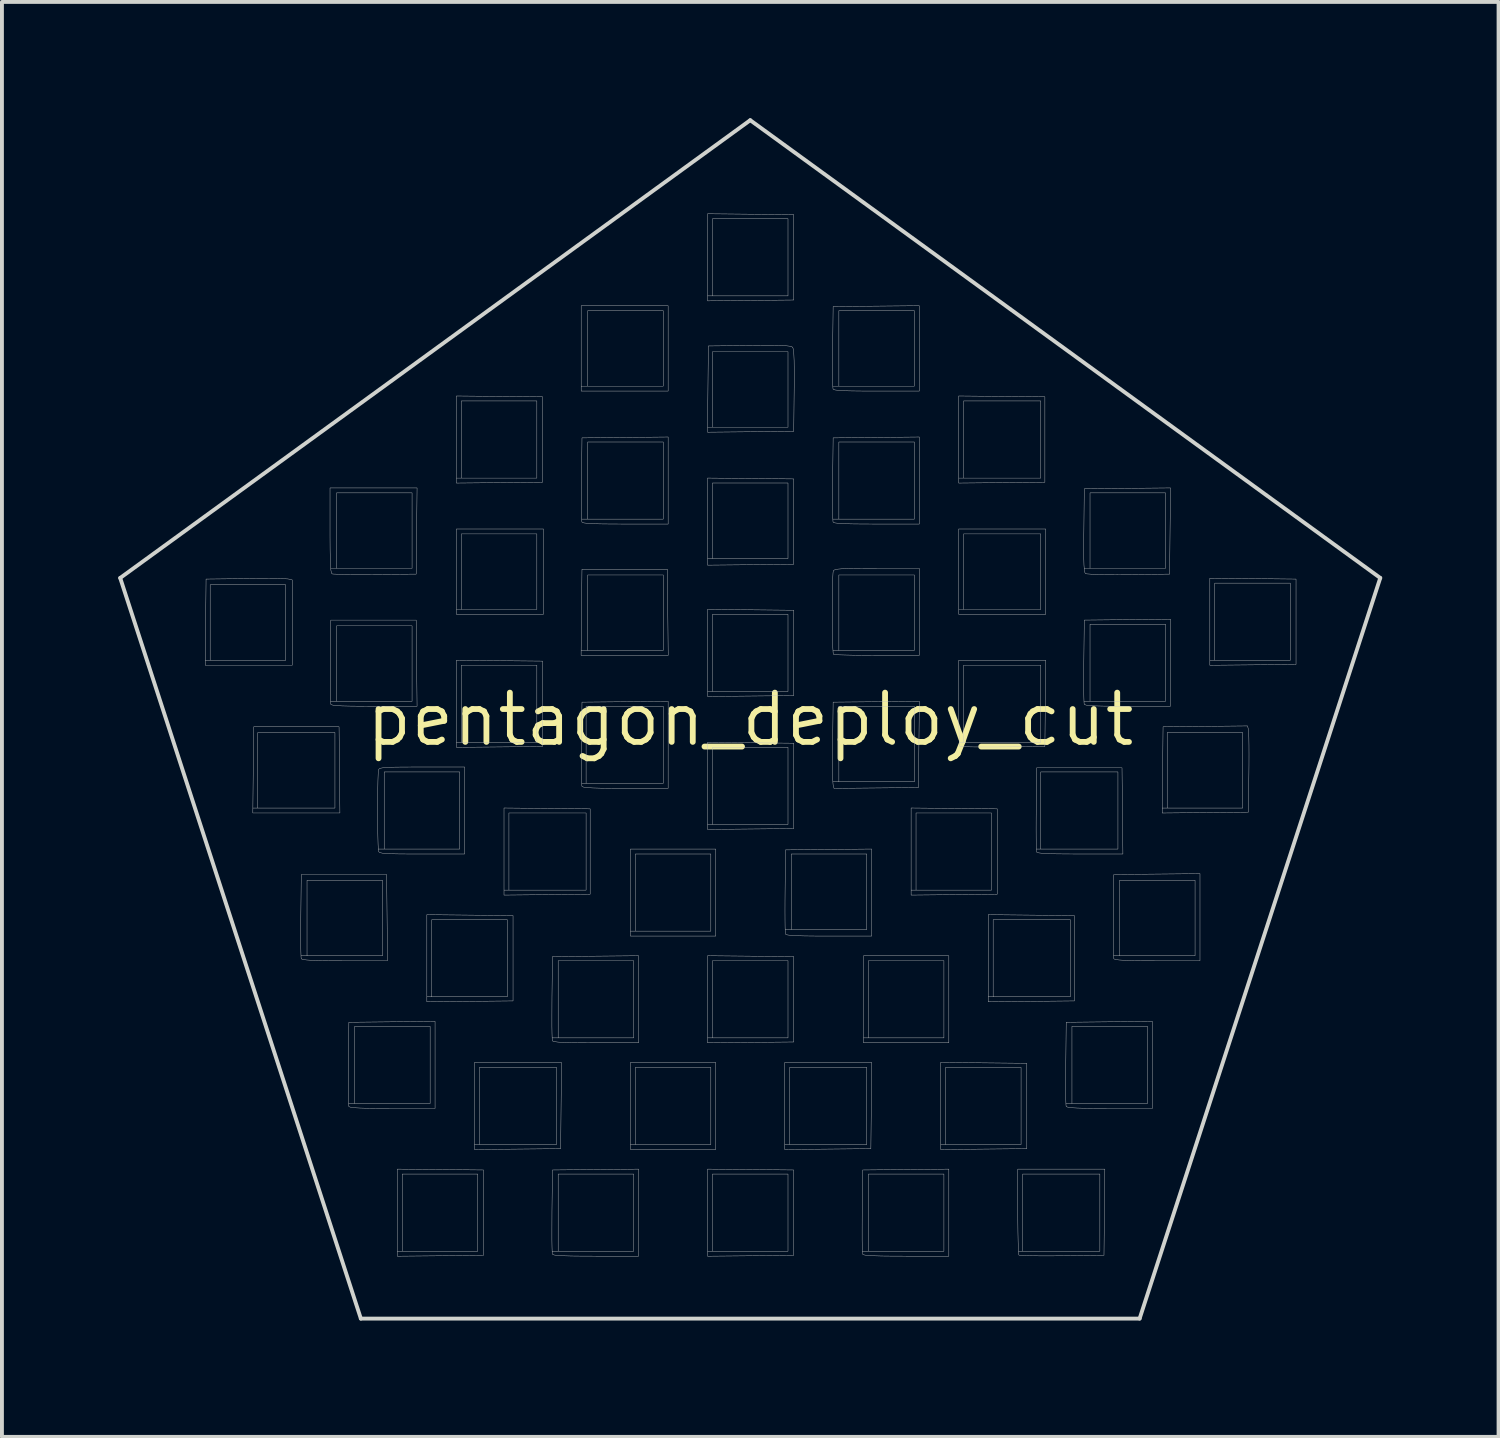
<source format=kicad_pcb>
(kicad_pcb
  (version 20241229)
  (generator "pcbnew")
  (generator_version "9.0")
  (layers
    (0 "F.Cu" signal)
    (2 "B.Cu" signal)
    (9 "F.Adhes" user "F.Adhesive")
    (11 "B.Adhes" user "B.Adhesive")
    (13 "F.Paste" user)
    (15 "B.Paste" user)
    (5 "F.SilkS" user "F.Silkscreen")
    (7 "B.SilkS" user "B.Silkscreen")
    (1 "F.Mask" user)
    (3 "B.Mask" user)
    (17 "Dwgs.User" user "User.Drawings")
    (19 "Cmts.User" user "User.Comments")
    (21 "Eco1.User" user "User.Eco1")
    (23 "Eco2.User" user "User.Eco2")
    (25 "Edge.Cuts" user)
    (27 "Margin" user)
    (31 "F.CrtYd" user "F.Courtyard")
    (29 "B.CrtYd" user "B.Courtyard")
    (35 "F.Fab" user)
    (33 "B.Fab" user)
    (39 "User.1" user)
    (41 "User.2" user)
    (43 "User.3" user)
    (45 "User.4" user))
  (footprint "pentagon_deploy_cut"
    (layer "F.Cu")
    (at 16.298 15.503)
    (property "Reference" "pentagon_deploy_cut" (at 0 0 0) (layer "F.SilkS") (effects (font (size 1.27 1.27) (thickness 0.15))))
    (attr through_hole)
    (fp_poly (pts (xy -6.117 5.059) (xy -6.117 7.26) (xy -8.34 7.283) (xy -8.34 5.165) (xy -8.213 5.165) (xy -8.213 7.154) (xy -6.265 7.154) (xy -6.265 5.165) (xy -8.213 5.165) (xy -8.34 5.165) (xy -8.34 5.036) (xy -6.117 5.059)) (stroke (width 0.01) (type solid)) (fill no) (layer "Dwgs.User"))
    (fp_poly (pts (xy -5.334 -2.709) (xy -7.578 -2.709) (xy -7.578 -4.784) (xy -7.451 -4.784) (xy -7.451 -2.836) (xy -5.503 -2.836) (xy -5.503 -4.784) (xy -7.451 -4.784) (xy -7.578 -4.784) (xy -7.578 -4.911) (xy -5.334 -4.911) (xy -5.334 -2.709)) (stroke (width 0.01) (type solid)) (fill no) (layer "Dwgs.User"))
    (fp_poly (pts (xy -4.889 11.07) (xy -7.112 11.093) (xy -7.112 8.975) (xy -6.985 8.975) (xy -6.985 10.964) (xy -4.995 10.964) (xy -4.995 8.975) (xy -6.985 8.975) (xy -7.112 8.975) (xy -7.112 8.848) (xy -4.867 8.848) (xy -4.889 11.07)) (stroke (width 0.01) (type solid)) (fill no) (layer "Dwgs.User"))
    (fp_poly (pts (xy -2.117 -8.467) (xy -4.36 -8.467) (xy -4.36 -10.541) (xy -4.191 -10.541) (xy -4.191 -8.594) (xy -2.244 -8.594) (xy -2.244 -10.541) (xy -4.191 -10.541) (xy -4.36 -10.541) (xy -4.36 -10.668) (xy -2.117 -10.668) (xy -2.117 -8.467)) (stroke (width 0.01) (type solid)) (fill no) (layer "Dwgs.User"))
    (fp_poly (pts (xy -2.115 -1.651) (xy -4.362 -1.651) (xy -4.341 -3.725) (xy -4.191 -3.725) (xy -4.191 -1.778) (xy -2.244 -1.778) (xy -2.244 -3.725) (xy -4.191 -3.725) (xy -4.341 -3.725) (xy -4.339 -3.873) (xy -2.138 -3.873) (xy -2.115 -1.651)) (stroke (width 0.01) (type solid)) (fill no) (layer "Dwgs.User"))
    (fp_poly (pts (xy -0.889 5.588) (xy -3.09 5.588) (xy -3.09 3.471) (xy -2.963 3.471) (xy -2.963 5.461) (xy -1.016 5.461) (xy -1.016 3.471) (xy -2.963 3.471) (xy -3.09 3.471) (xy -3.09 3.344) (xy -0.889 3.344) (xy -0.889 5.588)) (stroke (width 0.01) (type solid)) (fill no) (layer "Dwgs.User"))
    (fp_poly (pts (xy -0.889 11.091) (xy -3.09 11.091) (xy -3.09 8.975) (xy -2.963 8.975) (xy -2.963 10.964) (xy -1.016 10.964) (xy -1.016 8.975) (xy -2.963 8.975) (xy -3.09 8.975) (xy -3.09 8.848) (xy -0.889 8.848) (xy -0.889 11.091)) (stroke (width 0.01) (type solid)) (fill no) (layer "Dwgs.User"))
    (fp_poly (pts (xy 1.122 -2.815) (xy 1.122 -0.614) (xy -1.101 -0.591) (xy -1.101 -2.709) (xy -0.974 -2.709) (xy -0.974 -0.72) (xy 0.974 -0.72) (xy 0.974 -2.709) (xy -0.974 -2.709) (xy -1.101 -2.709) (xy -1.101 -2.838) (xy 1.122 -2.815)) (stroke (width 0.01) (type solid)) (fill no) (layer "Dwgs.User"))
    (fp_poly (pts (xy 1.122 0.614) (xy 1.122 2.815) (xy -1.101 2.838) (xy -1.101 0.72) (xy -0.974 0.72) (xy -0.974 2.709) (xy 0.974 2.709) (xy 0.974 0.72) (xy -0.974 0.72) (xy -1.101 0.72) (xy -1.101 0.591) (xy 1.122 0.614)) (stroke (width 0.01) (type solid)) (fill no) (layer "Dwgs.User"))
    (fp_poly (pts (xy 3.111 11.07) (xy 0.889 11.093) (xy 0.889 8.975) (xy 1.016 8.975) (xy 1.016 10.964) (xy 3.006 10.964) (xy 3.006 8.975) (xy 1.016 8.975) (xy 0.889 8.975) (xy 0.889 8.848) (xy 3.134 8.848) (xy 3.111 11.07)) (stroke (width 0.01) (type solid)) (fill no) (layer "Dwgs.User"))
    (fp_poly (pts (xy 5.122 8.34) (xy 2.921 8.34) (xy 2.921 6.223) (xy 3.048 6.223) (xy 3.048 8.213) (xy 4.995 8.213) (xy 4.995 6.223) (xy 3.048 6.223) (xy 2.921 6.223) (xy 2.921 6.096) (xy 5.122 6.096) (xy 5.122 8.34)) (stroke (width 0.01) (type solid)) (fill no) (layer "Dwgs.User"))
    (fp_poly (pts (xy 7.133 8.869) (xy 7.133 11.07) (xy 4.911 11.093) (xy 4.911 8.975) (xy 5.038 8.975) (xy 5.038 10.964) (xy 6.985 10.964) (xy 6.985 8.975) (xy 5.038 8.975) (xy 4.911 8.975) (xy 4.911 8.846) (xy 7.133 8.869)) (stroke (width 0.01) (type solid)) (fill no) (layer "Dwgs.User"))
    (fp_poly (pts (xy 7.62 -2.709) (xy 5.376 -2.709) (xy 5.376 -4.784) (xy 5.503 -4.784) (xy 5.503 -2.836) (xy 7.493 -2.836) (xy 7.493 -4.784) (xy 5.503 -4.784) (xy 5.376 -4.784) (xy 5.376 -4.911) (xy 7.62 -4.911) (xy 7.62 -2.709)) (stroke (width 0.01) (type solid)) (fill no) (layer "Dwgs.User"))
    (fp_poly (pts (xy 8.361 5.059) (xy 8.361 7.26) (xy 6.138 7.283) (xy 6.138 5.165) (xy 6.265 5.165) (xy 6.265 7.154) (xy 8.255 7.154) (xy 8.255 5.165) (xy 6.265 5.165) (xy 6.138 5.165) (xy 6.138 5.036) (xy 8.361 5.059)) (stroke (width 0.01) (type solid)) (fill no) (layer "Dwgs.User"))
    (fp_poly (pts (xy -10.582 2.413) (xy -12.828 2.413) (xy -12.817 1.302) (xy -12.807 0.339) (xy -12.7 0.339) (xy -12.7 2.286) (xy -10.71 2.286) (xy -10.71 0.339) (xy -12.7 0.339) (xy -12.807 0.339) (xy -12.806 0.191) (xy -10.604 0.191) (xy -10.582 2.413)) (stroke (width 0.01) (type solid)) (fill no) (layer "Dwgs.User"))
    (fp_poly (pts (xy -6.466 -1.514) (xy -5.355 -1.503) (xy -5.355 0.699) (xy -7.578 0.721) (xy -7.578 -1.397) (xy -7.451 -1.397) (xy -7.451 0.593) (xy -5.503 0.593) (xy -5.503 -1.397) (xy -7.451 -1.397) (xy -7.578 -1.397) (xy -7.578 -1.525) (xy -6.466 -1.514)) (stroke (width 0.01) (type solid)) (fill no) (layer "Dwgs.User"))
    (fp_poly (pts (xy -5.239 2.296) (xy -4.128 2.307) (xy -4.128 4.508) (xy -6.35 4.531) (xy -6.35 2.413) (xy -6.223 2.413) (xy -6.223 4.403) (xy -4.233 4.403) (xy -4.233 2.413) (xy -6.223 2.413) (xy -6.35 2.413) (xy -6.35 2.285) (xy -5.239 2.296)) (stroke (width 0.01) (type solid)) (fill no) (layer "Dwgs.User"))
    (fp_poly (pts (xy 0.011 -6.213) (xy 1.122 -6.202) (xy 1.122 -4) (xy -1.101 -3.978) (xy -1.101 -6.096) (xy -0.974 -6.096) (xy -0.974 -4.149) (xy 0.974 -4.149) (xy 0.974 -6.096) (xy -0.974 -6.096) (xy -1.101 -6.096) (xy -1.101 -6.224) (xy 0.011 -6.213)) (stroke (width 0.01) (type solid)) (fill no) (layer "Dwgs.User"))
    (fp_poly (pts (xy 0.011 6.106) (xy 1.122 6.117) (xy 1.122 8.319) (xy -1.101 8.341) (xy -1.101 6.223) (xy -0.974 6.223) (xy -0.974 8.213) (xy 0.974 8.213) (xy 0.974 6.223) (xy -0.974 6.223) (xy -1.101 6.223) (xy -1.101 6.095) (xy 0.011 6.106)) (stroke (width 0.01) (type solid)) (fill no) (layer "Dwgs.User"))
    (fp_poly (pts (xy 5.26 2.296) (xy 6.371 2.307) (xy 6.371 4.508) (xy 4.149 4.531) (xy 4.149 2.413) (xy 4.276 2.413) (xy 4.276 4.403) (xy 6.223 4.403) (xy 6.223 2.413) (xy 4.276 2.413) (xy 4.149 2.413) (xy 4.149 2.285) (xy 5.26 2.296)) (stroke (width 0.01) (type solid)) (fill no) (layer "Dwgs.User"))
    (fp_poly (pts (xy -7.99 11.609) (xy -6.879 11.62) (xy -6.879 13.822) (xy -7.99 13.833) (xy -9.102 13.844) (xy -9.102 11.726) (xy -8.975 11.726) (xy -8.975 13.716) (xy -7.027 13.716) (xy -7.027 11.726) (xy -8.975 11.726) (xy -9.102 11.726) (xy -9.102 11.598) (xy -7.99 11.609)) (stroke (width 0.01) (type solid)) (fill no) (layer "Dwgs.User"))
    (fp_poly (pts (xy -6.466 -8.33) (xy -5.355 -8.319) (xy -5.355 -6.117) (xy -6.466 -6.106) (xy -7.578 -6.095) (xy -7.578 -8.213) (xy -7.451 -8.213) (xy -7.451 -6.223) (xy -5.503 -6.223) (xy -5.503 -8.213) (xy -7.451 -8.213) (xy -7.578 -8.213) (xy -7.578 -8.341) (xy -6.466 -8.33)) (stroke (width 0.01) (type solid)) (fill no) (layer "Dwgs.User"))
    (fp_poly (pts (xy 0.011 -13.029) (xy 1.122 -13.018) (xy 1.122 -10.816) (xy 0.011 -10.805) (xy -1.101 -10.794) (xy -1.101 -12.912) (xy -0.974 -12.912) (xy -0.974 -10.922) (xy 0.974 -10.922) (xy 0.974 -12.912) (xy -0.974 -12.912) (xy -1.101 -12.912) (xy -1.101 -13.04) (xy 0.011 -13.029)) (stroke (width 0.01) (type solid)) (fill no) (layer "Dwgs.User"))
    (fp_poly (pts (xy 0.011 11.609) (xy 1.122 11.62) (xy 1.122 13.822) (xy 0.011 13.833) (xy -1.101 13.844) (xy -1.101 11.726) (xy -0.974 11.726) (xy -0.974 13.716) (xy 0.974 13.716) (xy 0.974 11.726) (xy -0.974 11.726) (xy -1.101 11.726) (xy -1.101 11.598) (xy 0.011 11.609)) (stroke (width 0.01) (type solid)) (fill no) (layer "Dwgs.User"))
    (fp_poly (pts (xy 6.488 -8.33) (xy 7.599 -8.319) (xy 7.599 -6.117) (xy 6.488 -6.106) (xy 5.376 -6.095) (xy 5.376 -8.213) (xy 5.503 -8.213) (xy 5.503 -6.223) (xy 7.493 -6.223) (xy 7.493 -8.213) (xy 5.503 -8.213) (xy 5.376 -8.213) (xy 5.376 -8.341) (xy 6.488 -8.33)) (stroke (width 0.01) (type solid)) (fill no) (layer "Dwgs.User"))
    (fp_poly (pts (xy 12.965 -3.631) (xy 14.076 -3.619) (xy 14.076 -1.418) (xy 12.965 -1.407) (xy 11.853 -1.396) (xy 11.853 -3.514) (xy 11.98 -3.514) (xy 11.98 -1.524) (xy 13.928 -1.524) (xy 13.928 -3.514) (xy 11.98 -3.514) (xy 11.853 -3.514) (xy 11.853 -3.642) (xy 12.965 -3.631)) (stroke (width 0.01) (type solid)) (fill no) (layer "Dwgs.User"))
    (fp_poly (pts (xy -12.233 -3.633) (xy -12.055 -3.629) (xy -11.94 -3.624) (xy -11.906 -3.62) (xy -11.811 -3.597) (xy -11.811 -1.397) (xy -14.056 -1.397) (xy -14.045 -2.508) (xy -14.035 -3.471) (xy -13.928 -3.471) (xy -13.928 -1.524) (xy -11.98 -1.524) (xy -11.98 -3.471) (xy -13.928 -3.471) (xy -14.035 -3.471) (xy -14.034 -3.619) (xy -13.018 -3.631) (xy -12.728 -3.634) (xy -12.462 -3.634) (xy -12.233 -3.633)) (stroke (width 0.01) (type solid)) (fill no) (layer "Dwgs.User"))
    (fp_poly (pts (xy 4.35 0.645) (xy 4.339 1.757) (xy 2.161 1.779) (xy 2.137 1.683) (xy 2.131 1.615) (xy 2.127 1.475) (xy 2.124 1.277) (xy 2.123 1.033) (xy 2.124 0.757) (xy 2.126 0.572) (xy 2.137 -0.339) (xy 2.286 -0.339) (xy 2.286 1.609) (xy 4.233 1.609) (xy 4.233 -0.339) (xy 2.286 -0.339) (xy 2.137 -0.339) (xy 2.138 -0.445) (xy 3.25 -0.456) (xy 4.362 -0.467) (xy 4.35 0.645)) (stroke (width 0.01) (type solid)) (fill no) (layer "Dwgs.User"))
    (fp_poly (pts (xy 12.849 0.264) (xy 12.855 0.332) (xy 12.859 0.472) (xy 12.862 0.67) (xy 12.863 0.914) (xy 12.862 1.19) (xy 12.86 1.376) (xy 12.848 2.392) (xy 11.736 2.403) (xy 10.624 2.414) (xy 10.636 1.302) (xy 10.645 0.339) (xy 10.753 0.339) (xy 10.753 2.286) (xy 12.7 2.286) (xy 12.7 0.339) (xy 10.753 0.339) (xy 10.645 0.339) (xy 10.647 0.191) (xy 12.825 0.168) (xy 12.849 0.264)) (stroke (width 0.01) (type solid)) (fill no) (layer "Dwgs.User"))
    (fp_poly (pts (xy -9.354 6.223) (xy -10.457 6.223) (xy -10.809 6.222) (xy -11.084 6.219) (xy -11.291 6.214) (xy -11.435 6.205) (xy -11.527 6.194) (xy -11.572 6.178) (xy -11.58 6.169) (xy -11.585 6.114) (xy -11.589 5.985) (xy -11.592 5.797) (xy -11.592 5.56) (xy -11.591 5.287) (xy -11.59 5.058) (xy -11.58 4.149) (xy -11.43 4.149) (xy -11.43 6.096) (xy -9.483 6.096) (xy -9.483 4.149) (xy -11.43 4.149) (xy -11.58 4.149) (xy -11.578 4) (xy -9.377 4) (xy -9.354 6.223)) (stroke (width 0.01) (type solid)) (fill no) (layer "Dwgs.User"))
    (fp_poly (pts (xy -8.615 -3.747) (xy -9.673 -3.739) (xy -9.966 -3.738) (xy -10.232 -3.738) (xy -10.459 -3.74) (xy -10.635 -3.744) (xy -10.748 -3.748) (xy -10.784 -3.753) (xy -10.801 -3.78) (xy -10.815 -3.852) (xy -10.825 -3.975) (xy -10.831 -4.157) (xy -10.835 -4.406) (xy -10.837 -4.73) (xy -10.837 -4.872) (xy -10.837 -5.842) (xy -10.668 -5.842) (xy -10.668 -3.895) (xy -8.721 -3.895) (xy -8.721 -5.842) (xy -10.668 -5.842) (xy -10.837 -5.842) (xy -10.837 -5.969) (xy -8.592 -5.969) (xy -8.615 -3.747)) (stroke (width 0.01) (type solid)) (fill no) (layer "Dwgs.User"))
    (fp_poly (pts (xy -8.592 -0.339) (xy -9.695 -0.339) (xy -10.047 -0.34) (xy -10.322 -0.343) (xy -10.529 -0.348) (xy -10.673 -0.357) (xy -10.765 -0.368) (xy -10.81 -0.383) (xy -10.818 -0.392) (xy -10.823 -0.448) (xy -10.827 -0.576) (xy -10.83 -0.765) (xy -10.83 -1.002) (xy -10.829 -1.275) (xy -10.828 -1.504) (xy -10.818 -2.413) (xy -10.668 -2.413) (xy -10.668 -0.466) (xy -8.721 -0.466) (xy -8.721 -2.413) (xy -10.668 -2.413) (xy -10.818 -2.413) (xy -10.816 -2.561) (xy -8.615 -2.561) (xy -8.592 -0.339)) (stroke (width 0.01) (type solid)) (fill no) (layer "Dwgs.User"))
    (fp_poly (pts (xy -2.117 -5.038) (xy -3.219 -5.038) (xy -3.571 -5.039) (xy -3.846 -5.042) (xy -4.052 -5.047) (xy -4.197 -5.056) (xy -4.288 -5.067) (xy -4.333 -5.082) (xy -4.341 -5.091) (xy -4.346 -5.147) (xy -4.35 -5.275) (xy -4.353 -5.464) (xy -4.353 -5.701) (xy -4.352 -5.974) (xy -4.351 -6.203) (xy -4.34 -7.154) (xy -4.191 -7.154) (xy -4.191 -5.165) (xy -2.244 -5.165) (xy -2.244 -7.154) (xy -4.191 -7.154) (xy -4.34 -7.154) (xy -4.339 -7.26) (xy -2.117 -7.283) (xy -2.117 -5.038)) (stroke (width 0.01) (type solid)) (fill no) (layer "Dwgs.User"))
    (fp_poly (pts (xy 4.36 -5.038) (xy 3.258 -5.038) (xy 2.906 -5.039) (xy 2.631 -5.042) (xy 2.425 -5.047) (xy 2.28 -5.056) (xy 2.189 -5.067) (xy 2.144 -5.082) (xy 2.136 -5.091) (xy 2.131 -5.147) (xy 2.127 -5.275) (xy 2.124 -5.464) (xy 2.124 -5.701) (xy 2.125 -5.974) (xy 2.126 -6.203) (xy 2.137 -7.154) (xy 2.286 -7.154) (xy 2.286 -5.165) (xy 4.233 -5.165) (xy 4.233 -7.154) (xy 2.286 -7.154) (xy 2.137 -7.154) (xy 2.138 -7.26) (xy 4.36 -7.283) (xy 4.36 -5.038)) (stroke (width 0.01) (type solid)) (fill no) (layer "Dwgs.User"))
    (fp_poly (pts (xy 7.61 -0.413) (xy 7.599 0.699) (xy 6.517 0.71) (xy 6.222 0.712) (xy 5.956 0.711) (xy 5.729 0.709) (xy 5.554 0.705) (xy 5.442 0.699) (xy 5.405 0.692) (xy 5.397 0.644) (xy 5.39 0.522) (xy 5.385 0.339) (xy 5.38 0.106) (xy 5.377 -0.166) (xy 5.376 -0.43) (xy 5.376 -1.397) (xy 5.503 -1.397) (xy 5.503 0.593) (xy 7.493 0.593) (xy 7.493 -1.397) (xy 5.503 -1.397) (xy 5.376 -1.397) (xy 5.376 -1.524) (xy 7.621 -1.524) (xy 7.61 -0.413)) (stroke (width 0.01) (type solid)) (fill no) (layer "Dwgs.User"))
    (fp_poly (pts (xy 9.134 12.711) (xy 9.123 13.822) (xy 8.041 13.833) (xy 7.746 13.835) (xy 7.48 13.835) (xy 7.253 13.832) (xy 7.078 13.828) (xy 6.966 13.822) (xy 6.929 13.815) (xy 6.921 13.767) (xy 6.914 13.645) (xy 6.909 13.462) (xy 6.904 13.229) (xy 6.901 12.957) (xy 6.9 12.693) (xy 6.9 11.726) (xy 7.027 11.726) (xy 7.027 13.716) (xy 9.017 13.716) (xy 9.017 11.726) (xy 7.027 11.726) (xy 6.9 11.726) (xy 6.9 11.599) (xy 9.145 11.599) (xy 9.134 12.711)) (stroke (width 0.01) (type solid)) (fill no) (layer "Dwgs.User"))
    (fp_poly (pts (xy 9.611 3.471) (xy 8.508 3.471) (xy 8.156 3.47) (xy 7.881 3.467) (xy 7.675 3.462) (xy 7.53 3.453) (xy 7.439 3.442) (xy 7.393 3.427) (xy 7.385 3.418) (xy 7.38 3.362) (xy 7.376 3.234) (xy 7.374 3.045) (xy 7.373 2.808) (xy 7.374 2.535) (xy 7.376 2.306) (xy 7.386 1.355) (xy 7.493 1.355) (xy 7.493 3.344) (xy 9.483 3.344) (xy 9.483 1.355) (xy 7.493 1.355) (xy 7.386 1.355) (xy 7.387 1.249) (xy 9.588 1.249) (xy 9.611 3.471)) (stroke (width 0.01) (type solid)) (fill no) (layer "Dwgs.User"))
    (fp_poly (pts (xy 10.837 -0.339) (xy 9.735 -0.339) (xy 9.383 -0.34) (xy 9.108 -0.343) (xy 8.902 -0.348) (xy 8.757 -0.357) (xy 8.666 -0.368) (xy 8.621 -0.383) (xy 8.613 -0.392) (xy 8.608 -0.448) (xy 8.604 -0.576) (xy 8.601 -0.765) (xy 8.601 -1.002) (xy 8.602 -1.275) (xy 8.603 -1.504) (xy 8.614 -2.455) (xy 8.763 -2.455) (xy 8.763 -0.466) (xy 10.71 -0.466) (xy 10.71 -2.455) (xy 8.763 -2.455) (xy 8.614 -2.455) (xy 8.615 -2.561) (xy 10.837 -2.584) (xy 10.837 -0.339)) (stroke (width 0.01) (type solid)) (fill no) (layer "Dwgs.User"))
    (fp_poly (pts (xy -8.128 10.033) (xy -9.23 10.033) (xy -9.582 10.032) (xy -9.857 10.029) (xy -10.063 10.023) (xy -10.208 10.015) (xy -10.299 10.004) (xy -10.345 9.988) (xy -10.353 9.979) (xy -10.358 9.924) (xy -10.362 9.795) (xy -10.364 9.607) (xy -10.365 9.37) (xy -10.364 9.097) (xy -10.362 8.868) (xy -10.352 7.916) (xy -10.202 7.916) (xy -10.202 9.906) (xy -8.255 9.906) (xy -8.255 7.916) (xy -10.202 7.916) (xy -10.352 7.916) (xy -10.351 7.811) (xy -9.239 7.799) (xy -8.128 7.788) (xy -8.128 10.033)) (stroke (width 0.01) (type solid)) (fill no) (layer "Dwgs.User"))
    (fp_poly (pts (xy -2.879 8.34) (xy -3.981 8.34) (xy -4.333 8.339) (xy -4.608 8.336) (xy -4.814 8.33) (xy -4.959 8.322) (xy -5.05 8.31) (xy -5.095 8.295) (xy -5.103 8.286) (xy -5.108 8.23) (xy -5.112 8.102) (xy -5.115 7.914) (xy -5.115 7.677) (xy -5.114 7.404) (xy -5.113 7.175) (xy -5.102 6.223) (xy -4.953 6.223) (xy -4.953 8.213) (xy -3.006 8.213) (xy -3.006 6.223) (xy -4.953 6.223) (xy -5.102 6.223) (xy -5.101 6.117) (xy -3.99 6.106) (xy -2.879 6.095) (xy -2.879 8.34)) (stroke (width 0.01) (type solid)) (fill no) (layer "Dwgs.User"))
    (fp_poly (pts (xy -2.879 13.843) (xy -3.981 13.843) (xy -4.333 13.842) (xy -4.608 13.839) (xy -4.814 13.833) (xy -4.959 13.825) (xy -5.05 13.814) (xy -5.095 13.798) (xy -5.103 13.789) (xy -5.108 13.734) (xy -5.112 13.605) (xy -5.115 13.417) (xy -5.115 13.18) (xy -5.114 12.907) (xy -5.113 12.678) (xy -5.102 11.726) (xy -4.953 11.726) (xy -4.953 13.716) (xy -3.006 13.716) (xy -3.006 11.726) (xy -4.953 11.726) (xy -5.102 11.726) (xy -5.101 11.62) (xy -3.99 11.609) (xy -2.879 11.598) (xy -2.879 13.843)) (stroke (width 0.01) (type solid)) (fill no) (layer "Dwgs.User"))
    (fp_poly (pts (xy -2.117 1.778) (xy -3.219 1.778) (xy -3.571 1.777) (xy -3.846 1.774) (xy -4.052 1.768) (xy -4.197 1.76) (xy -4.288 1.749) (xy -4.333 1.733) (xy -4.341 1.724) (xy -4.346 1.669) (xy -4.35 1.54) (xy -4.353 1.352) (xy -4.353 1.115) (xy -4.352 0.842) (xy -4.351 0.613) (xy -4.34 -0.339) (xy -4.233 -0.339) (xy -4.233 1.651) (xy -2.244 1.651) (xy -2.244 -0.339) (xy -4.233 -0.339) (xy -4.34 -0.339) (xy -4.339 -0.445) (xy -3.228 -0.456) (xy -2.117 -0.467) (xy -2.117 1.778)) (stroke (width 0.01) (type solid)) (fill no) (layer "Dwgs.User"))
    (fp_poly (pts (xy 3.133 5.588) (xy 2.031 5.588) (xy 1.679 5.587) (xy 1.404 5.584) (xy 1.197 5.578) (xy 1.053 5.57) (xy 0.962 5.559) (xy 0.916 5.543) (xy 0.908 5.534) (xy 0.903 5.479) (xy 0.899 5.35) (xy 0.897 5.162) (xy 0.896 4.925) (xy 0.897 4.652) (xy 0.899 4.423) (xy 0.909 3.471) (xy 1.058 3.471) (xy 1.058 5.419) (xy 3.006 5.419) (xy 3.006 3.471) (xy 1.058 3.471) (xy 0.909 3.471) (xy 0.91 3.365) (xy 2.021 3.354) (xy 3.133 3.343) (xy 3.133 5.588)) (stroke (width 0.01) (type solid)) (fill no) (layer "Dwgs.User"))
    (fp_poly (pts (xy 4.36 -8.467) (xy 3.258 -8.467) (xy 2.906 -8.468) (xy 2.631 -8.471) (xy 2.425 -8.476) (xy 2.281 -8.485) (xy 2.189 -8.496) (xy 2.144 -8.511) (xy 2.136 -8.52) (xy 2.13 -8.576) (xy 2.127 -8.704) (xy 2.124 -8.893) (xy 2.124 -9.129) (xy 2.125 -9.401) (xy 2.126 -9.61) (xy 2.137 -10.541) (xy 2.286 -10.541) (xy 2.286 -8.594) (xy 4.233 -8.594) (xy 4.233 -10.541) (xy 2.286 -10.541) (xy 2.137 -10.541) (xy 2.138 -10.647) (xy 3.249 -10.658) (xy 4.36 -10.669) (xy 4.36 -8.467)) (stroke (width 0.01) (type solid)) (fill no) (layer "Dwgs.User"))
    (fp_poly (pts (xy 5.122 13.843) (xy 4.02 13.843) (xy 3.668 13.842) (xy 3.393 13.839) (xy 3.187 13.833) (xy 3.042 13.825) (xy 2.951 13.814) (xy 2.906 13.798) (xy 2.898 13.789) (xy 2.893 13.734) (xy 2.889 13.605) (xy 2.886 13.417) (xy 2.886 13.18) (xy 2.887 12.907) (xy 2.888 12.678) (xy 2.899 11.726) (xy 3.048 11.726) (xy 3.048 13.716) (xy 4.995 13.716) (xy 4.995 11.726) (xy 3.048 11.726) (xy 2.899 11.726) (xy 2.9 11.62) (xy 4.011 11.609) (xy 5.122 11.598) (xy 5.122 13.843)) (stroke (width 0.01) (type solid)) (fill no) (layer "Dwgs.User"))
    (fp_poly (pts (xy 10.372 10.033) (xy 9.27 10.033) (xy 8.918 10.032) (xy 8.643 10.029) (xy 8.436 10.023) (xy 8.292 10.015) (xy 8.201 10.004) (xy 8.155 9.988) (xy 8.147 9.979) (xy 8.142 9.924) (xy 8.138 9.795) (xy 8.136 9.607) (xy 8.135 9.37) (xy 8.136 9.097) (xy 8.138 8.868) (xy 8.148 7.916) (xy 8.297 7.916) (xy 8.297 9.906) (xy 10.245 9.906) (xy 10.245 7.916) (xy 8.297 7.916) (xy 8.148 7.916) (xy 8.149 7.811) (xy 9.26 7.799) (xy 10.372 7.788) (xy 10.372 10.033)) (stroke (width 0.01) (type solid)) (fill no) (layer "Dwgs.User"))
    (fp_poly (pts (xy 11.599 6.223) (xy 10.497 6.223) (xy 10.145 6.222) (xy 9.87 6.219) (xy 9.664 6.213) (xy 9.519 6.205) (xy 9.428 6.194) (xy 9.383 6.178) (xy 9.375 6.169) (xy 9.37 6.114) (xy 9.366 5.985) (xy 9.363 5.797) (xy 9.363 5.56) (xy 9.364 5.287) (xy 9.365 5.058) (xy 9.375 4.149) (xy 9.525 4.149) (xy 9.525 6.096) (xy 11.472 6.096) (xy 11.472 4.149) (xy 9.525 4.149) (xy 9.375 4.149) (xy 9.377 4) (xy 10.488 3.989) (xy 11.599 3.978) (xy 11.599 6.223)) (stroke (width 0.01) (type solid)) (fill no) (layer "Dwgs.User"))
    (fp_poly (pts (xy 0.784 -9.642) (xy 0.925 -9.636) (xy 1.018 -9.625) (xy 1.072 -9.611) (xy 1.096 -9.595) (xy 1.112 -9.543) (xy 1.124 -9.431) (xy 1.132 -9.253) (xy 1.135 -9.004) (xy 1.135 -8.678) (xy 1.133 -8.483) (xy 1.122 -7.429) (xy 0.01 -7.418) (xy -1.102 -7.407) (xy -1.091 -8.519) (xy -1.081 -9.483) (xy -0.974 -9.483) (xy -0.974 -7.535) (xy 0.974 -7.535) (xy 0.974 -9.483) (xy -0.974 -9.483) (xy -1.081 -9.483) (xy -1.079 -9.631) (xy -0.016 -9.642) (xy 0.323 -9.645) (xy 0.586 -9.645) (xy 0.784 -9.642)) (stroke (width 0.01) (type solid)) (fill no) (layer "Dwgs.User"))
    (fp_poly (pts (xy 10.827 -4.858) (xy 10.816 -3.747) (xy 9.758 -3.736) (xy 9.465 -3.735) (xy 9.199 -3.736) (xy 8.972 -3.739) (xy 8.795 -3.745) (xy 8.682 -3.753) (xy 8.646 -3.76) (xy 8.629 -3.79) (xy 8.616 -3.861) (xy 8.607 -3.981) (xy 8.602 -4.158) (xy 8.601 -4.4) (xy 8.602 -4.715) (xy 8.604 -4.871) (xy 8.614 -5.842) (xy 8.763 -5.842) (xy 8.763 -3.895) (xy 10.71 -3.895) (xy 10.71 -5.842) (xy 8.763 -5.842) (xy 8.614 -5.842) (xy 8.615 -5.948) (xy 9.727 -5.959) (xy 10.839 -5.97) (xy 10.827 -4.858)) (stroke (width 0.01) (type solid)) (fill no) (layer "Dwgs.User"))
    (fp_poly (pts (xy 4.36 -1.651) (xy 3.267 -1.651) (xy 2.971 -1.652) (xy 2.703 -1.655) (xy 2.475 -1.66) (xy 2.298 -1.665) (xy 2.184 -1.672) (xy 2.145 -1.679) (xy 2.137 -1.728) (xy 2.13 -1.848) (xy 2.125 -2.024) (xy 2.121 -2.242) (xy 2.118 -2.489) (xy 2.117 -2.75) (xy 2.118 -3.012) (xy 2.12 -3.259) (xy 2.123 -3.479) (xy 2.129 -3.657) (xy 2.132 -3.725) (xy 2.286 -3.725) (xy 2.286 -1.778) (xy 4.233 -1.778) (xy 4.233 -3.725) (xy 2.286 -3.725) (xy 2.132 -3.725) (xy 2.135 -3.778) (xy 2.142 -3.828) (xy 2.159 -3.848) (xy 2.197 -3.864) (xy 2.266 -3.876) (xy 2.375 -3.885) (xy 2.535 -3.89) (xy 2.754 -3.893) (xy 3.042 -3.894) (xy 3.264 -3.895) (xy 4.36 -3.895) (xy 4.36 -1.651)) (stroke (width 0.01) (type solid)) (fill no) (layer "Dwgs.User"))
    (fp_poly (pts (xy -7.366 3.471) (xy -8.462 3.471) (xy -8.799 3.471) (xy -9.061 3.469) (xy -9.257 3.465) (xy -9.397 3.458) (xy -9.49 3.449) (xy -9.547 3.435) (xy -9.576 3.418) (xy -9.584 3.404) (xy -9.592 3.342) (xy -9.598 3.209) (xy -9.603 3.021) (xy -9.607 2.793) (xy -9.609 2.54) (xy -9.609 2.276) (xy -9.608 2.016) (xy -9.605 1.775) (xy -9.601 1.567) (xy -9.595 1.408) (xy -9.591 1.355) (xy -9.44 1.355) (xy -9.44 3.344) (xy -7.493 3.344) (xy -7.493 1.355) (xy -9.44 1.355) (xy -9.591 1.355) (xy -9.588 1.313) (xy -9.584 1.295) (xy -9.568 1.274) (xy -9.53 1.258) (xy -9.461 1.246) (xy -9.351 1.238) (xy -9.191 1.232) (xy -8.972 1.229) (xy -8.684 1.228) (xy -8.462 1.228) (xy -7.366 1.228) (xy -7.366 3.471)) (stroke (width 0.01) (type solid)) (fill no) (layer "Dwgs.User"))
    (fp_line (start -16.248 -3.648) (end 0 -15.453) (stroke (width 0.1) (type solid)) (layer "Edge.Cuts"))
    (fp_line (start -10.042 15.453) (end -16.248 -3.648) (stroke (width 0.1) (type solid)) (layer "Edge.Cuts"))
    (fp_line (start 0 -15.453) (end 16.248 -3.648) (stroke (width 0.1) (type solid)) (layer "Edge.Cuts"))
    (fp_line (start 10.042 15.453) (end -10.042 15.453) (stroke (width 0.1) (type solid)) (layer "Edge.Cuts"))
    (fp_line (start 16.248 -3.648) (end 10.042 15.453) (stroke (width 0.1) (type solid)) (layer "Edge.Cuts")))
  (gr_rect
    (start -3 -3)
    (end 35.597 34.006)
    (stroke (width 0.1) (type default))
    (fill no)
    (layer "Edge.Cuts")))
</source>
